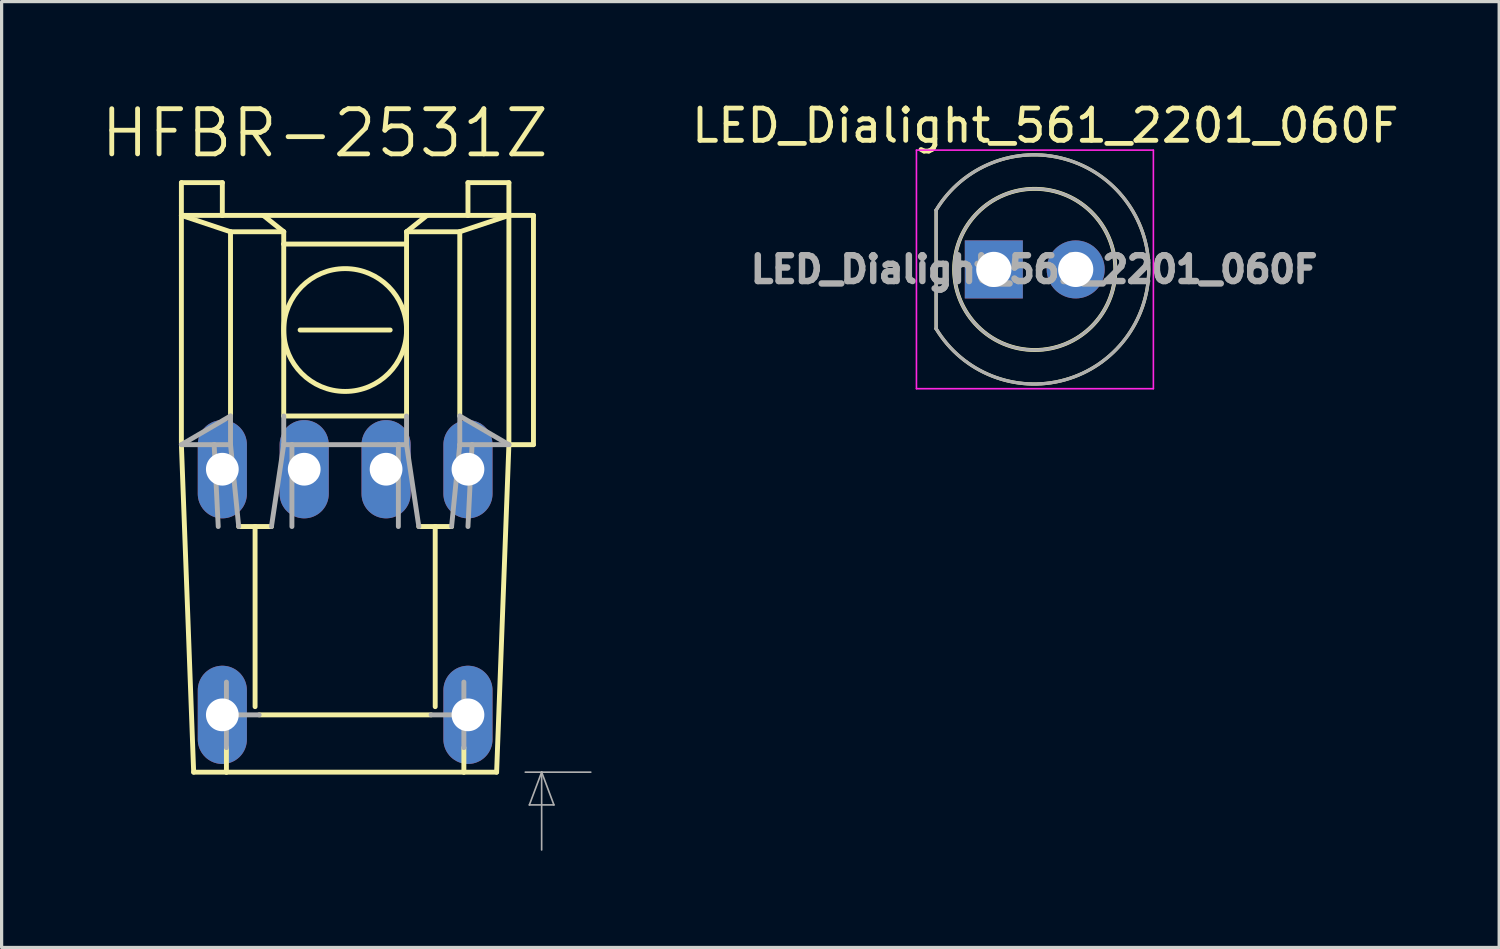
<source format=kicad_pcb>
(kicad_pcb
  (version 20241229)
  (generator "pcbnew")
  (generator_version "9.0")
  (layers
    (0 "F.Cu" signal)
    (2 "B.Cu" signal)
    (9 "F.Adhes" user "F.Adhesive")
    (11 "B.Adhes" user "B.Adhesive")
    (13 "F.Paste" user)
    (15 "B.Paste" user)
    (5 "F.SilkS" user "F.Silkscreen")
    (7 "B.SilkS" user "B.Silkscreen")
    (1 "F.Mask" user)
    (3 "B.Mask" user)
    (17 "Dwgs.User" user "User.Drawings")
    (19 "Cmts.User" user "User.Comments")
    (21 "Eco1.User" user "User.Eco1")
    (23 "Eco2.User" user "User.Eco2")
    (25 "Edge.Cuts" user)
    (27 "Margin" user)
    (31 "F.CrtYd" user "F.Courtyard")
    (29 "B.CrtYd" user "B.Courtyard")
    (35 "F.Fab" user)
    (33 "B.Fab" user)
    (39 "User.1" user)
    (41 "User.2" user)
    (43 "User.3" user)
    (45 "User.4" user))
  (footprint "HFBR-2531Z"
    (layer "F.Cu")
    (at 7.657 7.188)
    (property "Reference" "HFBR-2531Z" (at -0.635 -6.105 0) (layer "F.SilkS") (effects (font (size 1.401 1.401) (thickness 0.15))))
    (attr through_hole)
    (fp_line (start -5.08 -4.572) (end -5.08 -3.556) (stroke (width 0.152) (type solid)) (layer "F.SilkS"))
    (fp_line (start -5.08 -4.572) (end -3.81 -4.572) (stroke (width 0.152) (type solid)) (layer "F.SilkS"))
    (fp_line (start -5.08 -3.556) (end -5.08 3.556) (stroke (width 0.152) (type solid)) (layer "F.SilkS"))
    (fp_line (start -5.08 3.556) (end -4.699 13.716) (stroke (width 0.152) (type solid)) (layer "F.SilkS"))
    (fp_line (start -4.699 13.716) (end -3.683 13.716) (stroke (width 0.152) (type solid)) (layer "F.SilkS"))
    (fp_line (start -3.81 -3.556) (end -5.08 -3.556) (stroke (width 0.152) (type solid)) (layer "F.SilkS"))
    (fp_line (start -3.81 -3.556) (end -3.81 -4.572) (stroke (width 0.152) (type solid)) (layer "F.SilkS"))
    (fp_line (start -3.81 -3.556) (end -2.54 -3.556) (stroke (width 0.152) (type solid)) (layer "F.SilkS"))
    (fp_line (start -3.683 13.716) (end -3.683 12.954) (stroke (width 0.152) (type solid)) (layer "F.SilkS"))
    (fp_line (start -3.683 13.716) (end 3.683 13.716) (stroke (width 0.152) (type solid)) (layer "F.SilkS"))
    (fp_line (start -3.556 -3.048) (end -5.08 -3.556) (stroke (width 0.152) (type solid)) (layer "F.SilkS"))
    (fp_line (start -3.556 2.667) (end -3.556 -3.048) (stroke (width 0.152) (type solid)) (layer "F.SilkS"))
    (fp_line (start -2.794 6.096) (end -3.302 6.096) (stroke (width 0.152) (type solid)) (layer "F.SilkS"))
    (fp_line (start -2.794 6.096) (end -2.794 11.684) (stroke (width 0.152) (type solid)) (layer "F.SilkS"))
    (fp_line (start -2.54 -3.556) (end 2.54 -3.556) (stroke (width 0.152) (type solid)) (layer "F.SilkS"))
    (fp_line (start -2.286 6.096) (end -2.794 6.096) (stroke (width 0.152) (type solid)) (layer "F.SilkS"))
    (fp_line (start -1.905 -3.048) (end -3.556 -3.048) (stroke (width 0.152) (type solid)) (layer "F.SilkS"))
    (fp_line (start -1.905 -3.048) (end -2.54 -3.556) (stroke (width 0.152) (type solid)) (layer "F.SilkS"))
    (fp_line (start -1.905 -3.048) (end -1.905 -2.667) (stroke (width 0.152) (type solid)) (layer "F.SilkS"))
    (fp_line (start -1.905 -2.667) (end -1.905 2.667) (stroke (width 0.152) (type solid)) (layer "F.SilkS"))
    (fp_line (start -1.397 0) (end 1.397 0) (stroke (width 0.152) (type solid)) (layer "F.SilkS"))
    (fp_line (start 1.905 -3.048) (end 1.905 -2.667) (stroke (width 0.152) (type solid)) (layer "F.SilkS"))
    (fp_line (start 1.905 -3.048) (end 2.54 -3.556) (stroke (width 0.152) (type solid)) (layer "F.SilkS"))
    (fp_line (start 1.905 -2.667) (end -1.905 -2.667) (stroke (width 0.152) (type solid)) (layer "F.SilkS"))
    (fp_line (start 1.905 -2.667) (end 1.905 2.667) (stroke (width 0.152) (type solid)) (layer "F.SilkS"))
    (fp_line (start 1.905 2.667) (end -1.905 2.667) (stroke (width 0.152) (type solid)) (layer "F.SilkS"))
    (fp_line (start 2.286 6.096) (end 2.794 6.096) (stroke (width 0.152) (type solid)) (layer "F.SilkS"))
    (fp_line (start 2.54 -3.556) (end 3.81 -3.556) (stroke (width 0.152) (type solid)) (layer "F.SilkS"))
    (fp_line (start 2.667 11.938) (end -2.667 11.938) (stroke (width 0.152) (type solid)) (layer "F.SilkS"))
    (fp_line (start 2.794 6.096) (end 2.794 11.684) (stroke (width 0.152) (type solid)) (layer "F.SilkS"))
    (fp_line (start 2.794 6.096) (end 3.302 6.096) (stroke (width 0.152) (type solid)) (layer "F.SilkS"))
    (fp_line (start 3.556 -3.048) (end 1.905 -3.048) (stroke (width 0.152) (type solid)) (layer "F.SilkS"))
    (fp_line (start 3.556 -3.048) (end 5.08 -3.556) (stroke (width 0.152) (type solid)) (layer "F.SilkS"))
    (fp_line (start 3.556 2.667) (end 3.556 -3.048) (stroke (width 0.152) (type solid)) (layer "F.SilkS"))
    (fp_line (start 3.683 13.716) (end 3.683 12.954) (stroke (width 0.152) (type solid)) (layer "F.SilkS"))
    (fp_line (start 3.683 13.716) (end 4.699 13.716) (stroke (width 0.152) (type solid)) (layer "F.SilkS"))
    (fp_line (start 3.81 -4.572) (end 5.08 -4.572) (stroke (width 0.152) (type solid)) (layer "F.SilkS"))
    (fp_line (start 3.81 -3.556) (end 3.81 -4.572) (stroke (width 0.152) (type solid)) (layer "F.SilkS"))
    (fp_line (start 3.81 -3.556) (end 5.08 -3.556) (stroke (width 0.152) (type solid)) (layer "F.SilkS"))
    (fp_line (start 5.08 -3.556) (end 5.08 -4.572) (stroke (width 0.152) (type solid)) (layer "F.SilkS"))
    (fp_line (start 5.08 -3.556) (end 5.08 3.556) (stroke (width 0.152) (type solid)) (layer "F.SilkS"))
    (fp_line (start 5.08 -3.556) (end 5.842 -3.556) (stroke (width 0.152) (type solid)) (layer "F.SilkS"))
    (fp_line (start 5.08 3.556) (end 4.699 13.716) (stroke (width 0.152) (type solid)) (layer "F.SilkS"))
    (fp_line (start 5.842 -3.556) (end 5.842 3.556) (stroke (width 0.152) (type solid)) (layer "F.SilkS"))
    (fp_line (start 5.842 3.556) (end 5.08 3.556) (stroke (width 0.152) (type solid)) (layer "F.SilkS"))
    (fp_circle (center 0 0) (end 1.905 0) (stroke (width 0.152) (type solid)) (fill no) (layer "F.SilkS"))
    (fp_line (start -5.08 3.556) (end -4.064 3.556) (stroke (width 0.152) (type solid)) (layer "F.Fab"))
    (fp_line (start -4.064 3.556) (end -3.937 6.096) (stroke (width 0.152) (type solid)) (layer "F.Fab"))
    (fp_line (start -4.064 3.556) (end -3.556 3.556) (stroke (width 0.152) (type solid)) (layer "F.Fab"))
    (fp_line (start -3.683 12.954) (end -3.683 10.922) (stroke (width 0.152) (type solid)) (layer "F.Fab"))
    (fp_line (start -3.556 2.667) (end -5.08 3.556) (stroke (width 0.152) (type solid)) (layer "F.Fab"))
    (fp_line (start -3.556 3.556) (end -3.556 2.667) (stroke (width 0.152) (type solid)) (layer "F.Fab"))
    (fp_line (start -3.302 6.096) (end -3.556 3.556) (stroke (width 0.152) (type solid)) (layer "F.Fab"))
    (fp_line (start -2.667 11.938) (end -3.556 11.938) (stroke (width 0.152) (type solid)) (layer "F.Fab"))
    (fp_line (start -1.905 2.667) (end -1.905 3.556) (stroke (width 0.152) (type solid)) (layer "F.Fab"))
    (fp_line (start -1.905 3.556) (end -2.286 6.096) (stroke (width 0.152) (type solid)) (layer "F.Fab"))
    (fp_line (start -1.905 3.556) (end -1.651 3.556) (stroke (width 0.152) (type solid)) (layer "F.Fab"))
    (fp_line (start -1.651 3.556) (end -1.651 6.096) (stroke (width 0.152) (type solid)) (layer "F.Fab"))
    (fp_line (start -1.651 3.556) (end 1.651 3.556) (stroke (width 0.152) (type solid)) (layer "F.Fab"))
    (fp_line (start 1.651 3.556) (end 1.651 6.096) (stroke (width 0.152) (type solid)) (layer "F.Fab"))
    (fp_line (start 1.651 3.556) (end 1.905 3.556) (stroke (width 0.152) (type solid)) (layer "F.Fab"))
    (fp_line (start 1.905 2.667) (end 1.905 3.556) (stroke (width 0.152) (type solid)) (layer "F.Fab"))
    (fp_line (start 1.905 3.556) (end 2.286 6.096) (stroke (width 0.152) (type solid)) (layer "F.Fab"))
    (fp_line (start 3.302 6.096) (end 3.556 3.556) (stroke (width 0.152) (type solid)) (layer "F.Fab"))
    (fp_line (start 3.556 2.667) (end 5.08 3.556) (stroke (width 0.152) (type solid)) (layer "F.Fab"))
    (fp_line (start 3.556 3.556) (end 3.556 2.667) (stroke (width 0.152) (type solid)) (layer "F.Fab"))
    (fp_line (start 3.556 3.556) (end 3.937 3.556) (stroke (width 0.152) (type solid)) (layer "F.Fab"))
    (fp_line (start 3.556 11.938) (end 2.667 11.938) (stroke (width 0.152) (type solid)) (layer "F.Fab"))
    (fp_line (start 3.683 12.954) (end 3.683 10.922) (stroke (width 0.152) (type solid)) (layer "F.Fab"))
    (fp_line (start 3.937 3.556) (end 3.81 6.096) (stroke (width 0.152) (type solid)) (layer "F.Fab"))
    (fp_line (start 3.937 3.556) (end 5.08 3.556) (stroke (width 0.152) (type solid)) (layer "F.Fab"))
    (fp_line (start 5.715 14.732) (end 6.477 14.732) (stroke (width 0.051) (type solid)) (layer "F.Fab"))
    (fp_line (start 6.096 13.716) (end 5.588 13.716) (stroke (width 0.051) (type solid)) (layer "F.Fab"))
    (fp_line (start 6.096 13.716) (end 5.715 14.732) (stroke (width 0.051) (type solid)) (layer "F.Fab"))
    (fp_line (start 6.096 13.716) (end 6.096 16.129) (stroke (width 0.051) (type solid)) (layer "F.Fab"))
    (fp_line (start 6.477 14.732) (end 6.096 13.716) (stroke (width 0.051) (type solid)) (layer "F.Fab"))
    (fp_line (start 7.62 13.716) (end 6.096 13.716) (stroke (width 0.051) (type solid)) (layer "F.Fab"))
    (pad "1" thru_hole oval (at 3.81 4.318) (size 1.524 3.048) (drill 1.016) (layers "*.Cu" "*.Mask"))
    (pad "2" thru_hole oval (at 1.27 4.318) (size 1.524 3.048) (drill 1.016) (layers "*.Cu" "*.Mask"))
    (pad "3" thru_hole oval (at -1.27 4.318) (size 1.524 3.048) (drill 1.016) (layers "*.Cu" "*.Mask"))
    (pad "4" thru_hole oval (at -3.81 4.318) (size 1.524 3.048) (drill 1.016) (layers "*.Cu" "*.Mask"))
    (pad "5" thru_hole oval (at -3.81 11.938) (size 1.524 3.048) (drill 1.016) (layers "*.Cu" "*.Mask"))
    (pad "8" thru_hole oval (at 3.81 11.938) (size 1.524 3.048) (drill 1.016) (layers "*.Cu" "*.Mask")))
  (footprint "LED_Dialight_561_2201_060F"
    (layer "F.Cu")
    (at 27.78 5.308)
    (property "Reference" "LED_Dialight_561_2201_060F" (at 1.6 -4.46 0) (layer "F.SilkS") (effects (font (size 1 1) (thickness 0.15))))
    (attr through_hole)
    (fp_line (start -1.79 -1.84) (end -1.79 1.84) (stroke (width 0.1) (type solid)) (layer "F.SilkS"))
    (fp_arc (start -1.79 -1.84) (mid 4.806639 0) (end -1.79 1.84) (stroke (width 0.1) (type solid)) (layer "F.SilkS"))
    (fp_circle (center 1.27 0) (end 3.77 0) (stroke (width 0.12) (type solid)) (fill no) (layer "F.SilkS"))
    (fp_line (start -2.4 -3.7) (end -2.4 3.7) (stroke (width 0.05) (type solid)) (layer "F.CrtYd"))
    (fp_line (start -2.4 3.7) (end 4.95 3.7) (stroke (width 0.05) (type solid)) (layer "F.CrtYd"))
    (fp_line (start 4.95 -3.7) (end -2.4 -3.7) (stroke (width 0.05) (type solid)) (layer "F.CrtYd"))
    (fp_line (start 4.95 3.7) (end 4.95 -3.7) (stroke (width 0.05) (type solid)) (layer "F.CrtYd"))
    (fp_line (start -1.79 -1.84) (end -1.79 1.84) (stroke (width 0.1) (type solid)) (layer "F.Fab"))
    (fp_arc (start -1.79 -1.84) (mid 4.806639 0) (end -1.79 1.84) (stroke (width 0.1) (type solid)) (layer "F.Fab"))
    (fp_circle (center 1.27 0) (end 3.77 0) (stroke (width 0.1) (type solid)) (fill no) (layer "F.Fab"))
    (fp_text user "${REFERENCE}" (at 1.25 0 0) (layer "F.Fab") (effects (font (size 0.8 0.8) (thickness 0.2))))
    (pad "1" thru_hole rect (at 0 0) (size 1.8 1.8) (drill 1.092) (layers "*.Cu" "*.Mask"))
    (pad "2" thru_hole circle (at 2.54 0) (size 1.8 1.8) (drill 1.092) (layers "*.Cu" "*.Mask")))
  (gr_rect
    (start -3 -3)
    (end 43.457 26.342)
    (stroke (width 0.1) (type default))
    (fill no)
    (layer "Edge.Cuts")))
</source>
